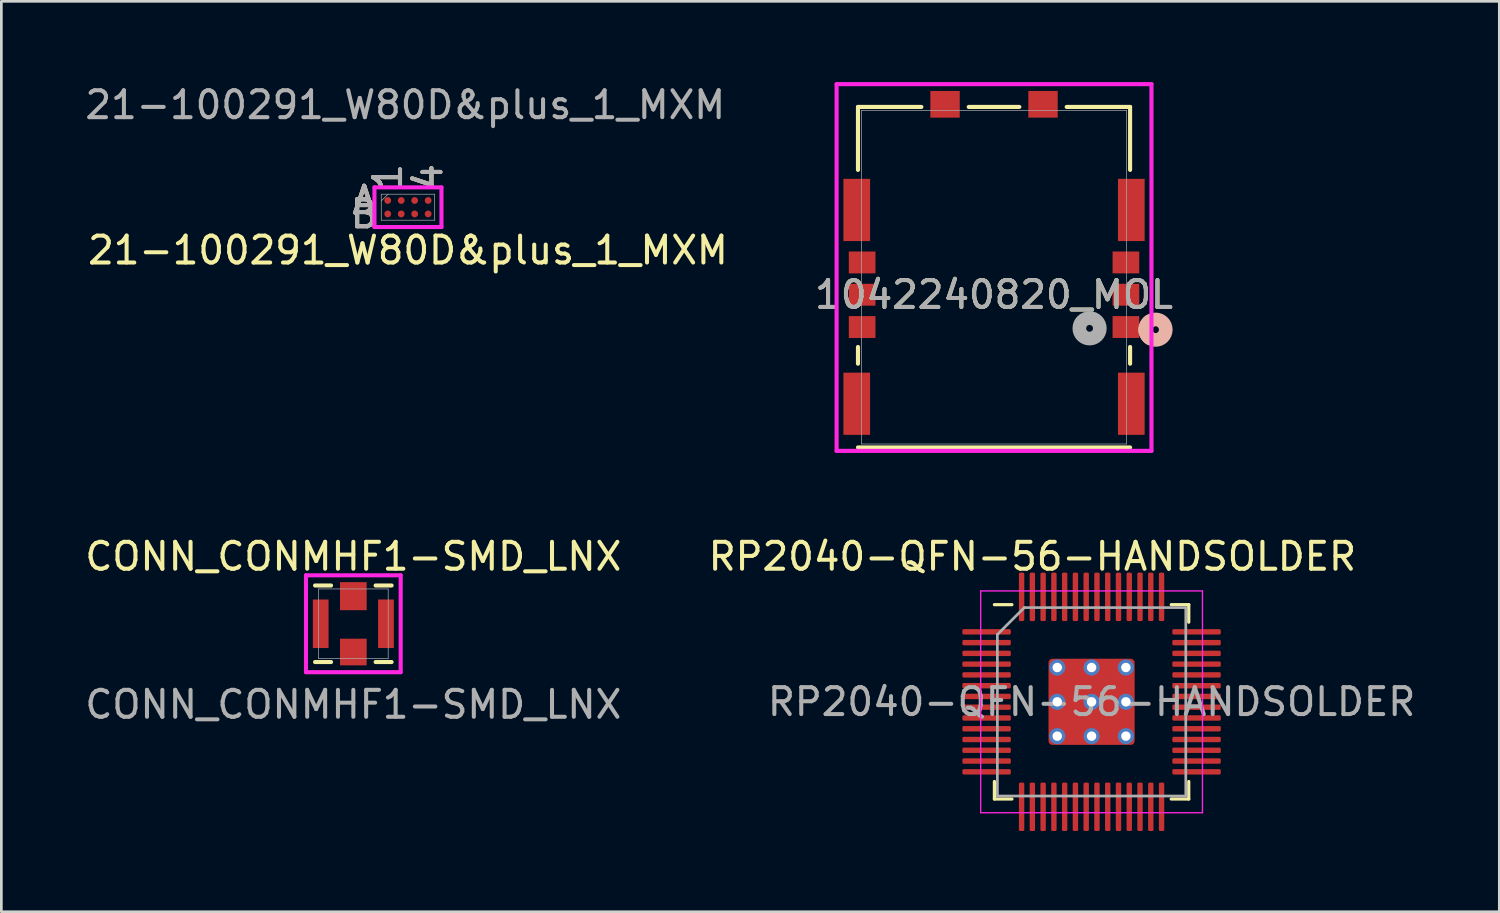
<source format=kicad_pcb>
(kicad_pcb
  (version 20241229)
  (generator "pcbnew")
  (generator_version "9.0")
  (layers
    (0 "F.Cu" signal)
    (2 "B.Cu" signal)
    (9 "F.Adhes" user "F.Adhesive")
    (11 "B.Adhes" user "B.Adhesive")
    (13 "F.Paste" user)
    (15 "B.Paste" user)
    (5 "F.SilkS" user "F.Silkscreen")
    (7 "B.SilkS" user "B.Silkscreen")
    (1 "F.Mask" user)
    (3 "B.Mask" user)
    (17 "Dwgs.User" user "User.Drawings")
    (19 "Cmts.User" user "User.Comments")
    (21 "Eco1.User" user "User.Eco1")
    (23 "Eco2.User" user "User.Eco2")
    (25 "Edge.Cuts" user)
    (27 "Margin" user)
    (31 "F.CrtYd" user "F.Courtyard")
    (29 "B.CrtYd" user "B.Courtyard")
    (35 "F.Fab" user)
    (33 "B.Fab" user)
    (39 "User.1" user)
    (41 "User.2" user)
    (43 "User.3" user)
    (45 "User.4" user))
  (footprint "CONN_CONMHF1-SMD_LNX"
    (layer "F.Cu")
    (at 10.077 20.124)
    (property "Reference" "CONN_CONMHF1-SMD_LNX" (at 0 -2.5 0) (unlocked yes) (layer "F.SilkS") (effects (font (size 1 1) (thickness 0.15))))
    (attr smd)
    (fp_line (start -1.422 1.422) (end -0.828 1.422) (stroke (width 0.152) (type solid)) (layer "F.SilkS"))
    (fp_line (start -0.828 -1.422) (end -1.422 -1.422) (stroke (width 0.152) (type solid)) (layer "F.SilkS"))
    (fp_line (start 0.828 1.422) (end 1.422 1.422) (stroke (width 0.152) (type solid)) (layer "F.SilkS"))
    (fp_line (start 1.422 -1.422) (end 0.828 -1.422) (stroke (width 0.152) (type solid)) (layer "F.SilkS"))
    (fp_line (start -1.759 -1.8) (end -1.759 1.799) (stroke (width 0.152) (type solid)) (layer "F.CrtYd"))
    (fp_line (start -1.759 1.799) (end 1.759 1.799) (stroke (width 0.152) (type solid)) (layer "F.CrtYd"))
    (fp_line (start 1.759 -1.8) (end -1.759 -1.8) (stroke (width 0.152) (type solid)) (layer "F.CrtYd"))
    (fp_line (start 1.759 1.799) (end 1.759 -1.8) (stroke (width 0.152) (type solid)) (layer "F.CrtYd"))
    (fp_line (start -1.295 -1.295) (end -1.295 1.295) (stroke (width 0.025) (type solid)) (layer "F.Fab"))
    (fp_line (start -1.295 1.295) (end 1.295 1.295) (stroke (width 0.025) (type solid)) (layer "F.Fab"))
    (fp_line (start 1.295 -1.295) (end -1.295 -1.295) (stroke (width 0.025) (type solid)) (layer "F.Fab"))
    (fp_line (start 1.295 1.295) (end 1.295 -1.295) (stroke (width 0.025) (type solid)) (layer "F.Fab"))
    (fp_text user "${REFERENCE}" (at 0 3 0) (unlocked yes) (layer "F.Fab") (effects (font (size 1 1) (thickness 0.15))))
    (pad "1" smd rect (at 0 -1.025) (size 0.991 1.041) (layers "F.Cu" "F.Mask" "F.Paste"))
    (pad "2" smd rect (at -1.212 0) (size 0.584 1.803) (layers "F.Cu" "F.Mask" "F.Paste"))
    (pad "2" smd rect (at 0 1.05) (size 0.991 0.991) (layers "F.Cu" "F.Mask" "F.Paste"))
    (pad "2" smd rect (at 1.212 0) (size 0.584 1.803) (layers "F.Cu" "F.Mask" "F.Paste")))
  (footprint "RP2040-QFN-56-HANDSOLDER"
    (layer "F.Cu")
    (at 37.504 23.024)
    (property "Reference" "RP2040-QFN-56-HANDSOLDER" (at -2.2 -5.4 0) (layer "F.SilkS") (effects (font (size 1 1) (thickness 0.15))))
    (attr smd)
    (fp_line (start -3.61 3.61) (end -3.61 2.96) (stroke (width 0.12) (type solid)) (layer "F.SilkS"))
    (fp_line (start -2.96 -3.61) (end -3.61 -3.61) (stroke (width 0.12) (type solid)) (layer "F.SilkS"))
    (fp_line (start -2.96 3.61) (end -3.61 3.61) (stroke (width 0.12) (type solid)) (layer "F.SilkS"))
    (fp_line (start 2.96 -3.61) (end 3.61 -3.61) (stroke (width 0.12) (type solid)) (layer "F.SilkS"))
    (fp_line (start 2.96 3.61) (end 3.61 3.61) (stroke (width 0.12) (type solid)) (layer "F.SilkS"))
    (fp_line (start 3.61 -3.61) (end 3.61 -2.96) (stroke (width 0.12) (type solid)) (layer "F.SilkS"))
    (fp_line (start 3.61 3.61) (end 3.61 2.96) (stroke (width 0.12) (type solid)) (layer "F.SilkS"))
    (fp_line (start -4.12 -4.12) (end -4.12 4.12) (stroke (width 0.05) (type solid)) (layer "F.CrtYd"))
    (fp_line (start -4.12 4.12) (end 4.12 4.12) (stroke (width 0.05) (type solid)) (layer "F.CrtYd"))
    (fp_line (start 4.12 -4.12) (end -4.12 -4.12) (stroke (width 0.05) (type solid)) (layer "F.CrtYd"))
    (fp_line (start 4.12 4.12) (end 4.12 -4.12) (stroke (width 0.05) (type solid)) (layer "F.CrtYd"))
    (fp_line (start -3.5 -2.5) (end -2.5 -3.5) (stroke (width 0.1) (type solid)) (layer "F.Fab"))
    (fp_line (start -3.5 3.5) (end -3.5 -2.5) (stroke (width 0.1) (type solid)) (layer "F.Fab"))
    (fp_line (start -2.5 -3.5) (end 3.5 -3.5) (stroke (width 0.1) (type solid)) (layer "F.Fab"))
    (fp_line (start 3.5 -3.5) (end 3.5 3.5) (stroke (width 0.1) (type solid)) (layer "F.Fab"))
    (fp_line (start 3.5 3.5) (end -3.5 3.5) (stroke (width 0.1) (type solid)) (layer "F.Fab"))
    (fp_text user "${REFERENCE}" (at 0 0 0) (layer "F.Fab") (effects (font (size 1 1) (thickness 0.15))))
    (pad "" smd roundrect (at -0.637 -0.637) (size 1.084 1.084) (layers "F.Paste") (roundrect_rratio 0.231))
    (pad "" smd roundrect (at -0.637 0.637) (size 1.084 1.084) (layers "F.Paste") (roundrect_rratio 0.231))
    (pad "" smd roundrect (at 0.637 -0.637) (size 1.084 1.084) (layers "F.Paste") (roundrect_rratio 0.231))
    (pad "" smd roundrect (at 0.637 0.637) (size 1.084 1.084) (layers "F.Paste") (roundrect_rratio 0.231))
    (pad "1" smd roundrect (at -3.9 -2.6) (size 1.8 0.2) (layers "F.Cu" "F.Mask" "F.Paste") (roundrect_rratio 0.25))
    (pad "2" smd roundrect (at -3.9 -2.2) (size 1.8 0.2) (layers "F.Cu" "F.Mask" "F.Paste") (roundrect_rratio 0.25))
    (pad "3" smd roundrect (at -3.9 -1.8) (size 1.8 0.2) (layers "F.Cu" "F.Mask" "F.Paste") (roundrect_rratio 0.25))
    (pad "4" smd roundrect (at -3.9 -1.4) (size 1.8 0.2) (layers "F.Cu" "F.Mask" "F.Paste") (roundrect_rratio 0.25))
    (pad "5" smd roundrect (at -3.9 -1) (size 1.8 0.2) (layers "F.Cu" "F.Mask" "F.Paste") (roundrect_rratio 0.25))
    (pad "6" smd roundrect (at -3.9 -0.6) (size 1.8 0.2) (layers "F.Cu" "F.Mask" "F.Paste") (roundrect_rratio 0.25))
    (pad "7" smd roundrect (at -3.9 -0.2) (size 1.8 0.2) (layers "F.Cu" "F.Mask" "F.Paste") (roundrect_rratio 0.25))
    (pad "8" smd roundrect (at -3.9 0.2) (size 1.8 0.2) (layers "F.Cu" "F.Mask" "F.Paste") (roundrect_rratio 0.25))
    (pad "9" smd roundrect (at -3.9 0.6) (size 1.8 0.2) (layers "F.Cu" "F.Mask" "F.Paste") (roundrect_rratio 0.25))
    (pad "10" smd roundrect (at -3.9 1) (size 1.8 0.2) (layers "F.Cu" "F.Mask" "F.Paste") (roundrect_rratio 0.25))
    (pad "11" smd roundrect (at -3.9 1.4) (size 1.8 0.2) (layers "F.Cu" "F.Mask" "F.Paste") (roundrect_rratio 0.25))
    (pad "12" smd roundrect (at -3.9 1.8) (size 1.8 0.2) (layers "F.Cu" "F.Mask" "F.Paste") (roundrect_rratio 0.25))
    (pad "13" smd roundrect (at -3.9 2.2) (size 1.8 0.2) (layers "F.Cu" "F.Mask" "F.Paste") (roundrect_rratio 0.25))
    (pad "14" smd roundrect (at -3.9 2.6) (size 1.8 0.2) (layers "F.Cu" "F.Mask" "F.Paste") (roundrect_rratio 0.25))
    (pad "15" smd roundrect (at -2.6 3.9) (size 0.2 1.8) (layers "F.Cu" "F.Mask" "F.Paste") (roundrect_rratio 0.25))
    (pad "16" smd roundrect (at -2.2 3.9) (size 0.2 1.8) (layers "F.Cu" "F.Mask" "F.Paste") (roundrect_rratio 0.25))
    (pad "17" smd roundrect (at -1.8 3.9) (size 0.2 1.8) (layers "F.Cu" "F.Mask" "F.Paste") (roundrect_rratio 0.25))
    (pad "18" smd roundrect (at -1.4 3.9) (size 0.2 1.8) (layers "F.Cu" "F.Mask" "F.Paste") (roundrect_rratio 0.25))
    (pad "19" smd roundrect (at -1 3.9) (size 0.2 1.8) (layers "F.Cu" "F.Mask" "F.Paste") (roundrect_rratio 0.25))
    (pad "20" smd roundrect (at -0.6 3.9) (size 0.2 1.8) (layers "F.Cu" "F.Mask" "F.Paste") (roundrect_rratio 0.25))
    (pad "21" smd roundrect (at -0.2 3.9) (size 0.2 1.8) (layers "F.Cu" "F.Mask" "F.Paste") (roundrect_rratio 0.25))
    (pad "22" smd roundrect (at 0.2 3.9) (size 0.2 1.8) (layers "F.Cu" "F.Mask" "F.Paste") (roundrect_rratio 0.25))
    (pad "23" smd roundrect (at 0.6 3.9) (size 0.2 1.8) (layers "F.Cu" "F.Mask" "F.Paste") (roundrect_rratio 0.25))
    (pad "24" smd roundrect (at 1 3.9) (size 0.2 1.8) (layers "F.Cu" "F.Mask" "F.Paste") (roundrect_rratio 0.25))
    (pad "25" smd roundrect (at 1.4 3.9) (size 0.2 1.8) (layers "F.Cu" "F.Mask" "F.Paste") (roundrect_rratio 0.25))
    (pad "26" smd roundrect (at 1.8 3.9) (size 0.2 1.8) (layers "F.Cu" "F.Mask" "F.Paste") (roundrect_rratio 0.25))
    (pad "27" smd roundrect (at 2.2 3.9) (size 0.2 1.8) (layers "F.Cu" "F.Mask" "F.Paste") (roundrect_rratio 0.25))
    (pad "28" smd roundrect (at 2.6 3.9) (size 0.2 1.8) (layers "F.Cu" "F.Mask" "F.Paste") (roundrect_rratio 0.25))
    (pad "29" smd roundrect (at 3.9 2.6) (size 1.8 0.2) (layers "F.Cu" "F.Mask" "F.Paste") (roundrect_rratio 0.25))
    (pad "30" smd roundrect (at 3.9 2.2) (size 1.8 0.2) (layers "F.Cu" "F.Mask" "F.Paste") (roundrect_rratio 0.25))
    (pad "31" smd roundrect (at 3.9 1.8) (size 1.8 0.2) (layers "F.Cu" "F.Mask" "F.Paste") (roundrect_rratio 0.25))
    (pad "32" smd roundrect (at 3.9 1.4) (size 1.8 0.2) (layers "F.Cu" "F.Mask" "F.Paste") (roundrect_rratio 0.25))
    (pad "33" smd roundrect (at 3.9 1) (size 1.8 0.2) (layers "F.Cu" "F.Mask" "F.Paste") (roundrect_rratio 0.25))
    (pad "34" smd roundrect (at 3.9 0.6) (size 1.8 0.2) (layers "F.Cu" "F.Mask" "F.Paste") (roundrect_rratio 0.25))
    (pad "35" smd roundrect (at 3.9 0.2) (size 1.8 0.2) (layers "F.Cu" "F.Mask" "F.Paste") (roundrect_rratio 0.25))
    (pad "36" smd roundrect (at 3.9 -0.2) (size 1.8 0.2) (layers "F.Cu" "F.Mask" "F.Paste") (roundrect_rratio 0.25))
    (pad "37" smd roundrect (at 3.9 -0.6) (size 1.8 0.2) (layers "F.Cu" "F.Mask" "F.Paste") (roundrect_rratio 0.25))
    (pad "38" smd roundrect (at 3.9 -1) (size 1.8 0.2) (layers "F.Cu" "F.Mask" "F.Paste") (roundrect_rratio 0.25))
    (pad "39" smd roundrect (at 3.9 -1.4) (size 1.8 0.2) (layers "F.Cu" "F.Mask" "F.Paste") (roundrect_rratio 0.25))
    (pad "40" smd roundrect (at 3.9 -1.8) (size 1.8 0.2) (layers "F.Cu" "F.Mask" "F.Paste") (roundrect_rratio 0.25))
    (pad "41" smd roundrect (at 3.9 -2.2) (size 1.8 0.2) (layers "F.Cu" "F.Mask" "F.Paste") (roundrect_rratio 0.25))
    (pad "42" smd roundrect (at 3.9 -2.6) (size 1.8 0.2) (layers "F.Cu" "F.Mask" "F.Paste") (roundrect_rratio 0.25))
    (pad "43" smd roundrect (at 2.6 -3.9) (size 0.2 1.8) (layers "F.Cu" "F.Mask" "F.Paste") (roundrect_rratio 0.25))
    (pad "44" smd roundrect (at 2.2 -3.9) (size 0.2 1.8) (layers "F.Cu" "F.Mask" "F.Paste") (roundrect_rratio 0.25))
    (pad "45" smd roundrect (at 1.8 -3.9) (size 0.2 1.8) (layers "F.Cu" "F.Mask" "F.Paste") (roundrect_rratio 0.25))
    (pad "46" smd roundrect (at 1.4 -3.9) (size 0.2 1.8) (layers "F.Cu" "F.Mask" "F.Paste") (roundrect_rratio 0.25))
    (pad "47" smd roundrect (at 1 -3.9) (size 0.2 1.8) (layers "F.Cu" "F.Mask" "F.Paste") (roundrect_rratio 0.25))
    (pad "48" smd roundrect (at 0.6 -3.9) (size 0.2 1.8) (layers "F.Cu" "F.Mask" "F.Paste") (roundrect_rratio 0.25))
    (pad "49" smd roundrect (at 0.2 -3.9) (size 0.2 1.8) (layers "F.Cu" "F.Mask" "F.Paste") (roundrect_rratio 0.25))
    (pad "50" smd roundrect (at -0.2 -3.9) (size 0.2 1.8) (layers "F.Cu" "F.Mask" "F.Paste") (roundrect_rratio 0.25))
    (pad "51" smd roundrect (at -0.6 -3.9) (size 0.2 1.8) (layers "F.Cu" "F.Mask" "F.Paste") (roundrect_rratio 0.25))
    (pad "52" smd roundrect (at -1 -3.9) (size 0.2 1.8) (layers "F.Cu" "F.Mask" "F.Paste") (roundrect_rratio 0.25))
    (pad "53" smd roundrect (at -1.4 -3.9) (size 0.2 1.8) (layers "F.Cu" "F.Mask" "F.Paste") (roundrect_rratio 0.25))
    (pad "54" smd roundrect (at -1.8 -3.9) (size 0.2 1.8) (layers "F.Cu" "F.Mask" "F.Paste") (roundrect_rratio 0.25))
    (pad "55" smd roundrect (at -2.2 -3.9) (size 0.2 1.8) (layers "F.Cu" "F.Mask" "F.Paste") (roundrect_rratio 0.25))
    (pad "56" smd roundrect (at -2.6 -3.9) (size 0.2 1.8) (layers "F.Cu" "F.Mask" "F.Paste") (roundrect_rratio 0.25))
    (pad "57" thru_hole circle (at -1.275 -1.275) (size 0.6 0.6) (drill 0.35) (layers "*.Cu"))
    (pad "57" thru_hole circle (at -1.275 0) (size 0.6 0.6) (drill 0.35) (layers "*.Cu"))
    (pad "57" thru_hole circle (at -1.275 1.275) (size 0.6 0.6) (drill 0.35) (layers "*.Cu"))
    (pad "57" thru_hole circle (at 0 -1.275) (size 0.6 0.6) (drill 0.35) (layers "*.Cu"))
    (pad "57" thru_hole circle (at 0 0) (size 0.6 0.6) (drill 0.35) (layers "*.Cu"))
    (pad "57" smd roundrect (at 0 0) (size 3.2 3.2) (layers "F.Cu" "F.Mask") (roundrect_rratio 0.045))
    (pad "57" thru_hole circle (at 0 1.275) (size 0.6 0.6) (drill 0.35) (layers "*.Cu"))
    (pad "57" thru_hole circle (at 1.275 -1.275) (size 0.6 0.6) (drill 0.35) (layers "*.Cu"))
    (pad "57" thru_hole circle (at 1.275 0) (size 0.6 0.6) (drill 0.35) (layers "*.Cu"))
    (pad "57" thru_hole circle (at 1.275 1.275) (size 0.6 0.6) (drill 0.35) (layers "*.Cu")))
  (footprint "21-100291_W80D&plus_1_MXM"
    (layer "F.Cu")
    (at 12.106 4.648)
    (property "Reference" "21-100291_W80D&plus_1_MXM" (at 0 1.6 0) (unlocked yes) (layer "F.SilkS") (effects (font (size 1 1) (thickness 0.15))))
    (attr smd)
    (fp_poly (pts (xy -1.444 -0.945) (xy 1.444 -0.945) (xy 1.444 0.945) (xy -1.444 0.945)) (stroke (width 0.1) (type solid)) (fill no) (layer "Eco2.User"))
    (fp_line (start -1.245 -0.737) (end 1.245 -0.737) (stroke (width 0.152) (type solid)) (layer "F.CrtYd"))
    (fp_line (start -1.245 0.737) (end -1.245 -0.737) (stroke (width 0.152) (type solid)) (layer "F.CrtYd"))
    (fp_line (start 1.245 -0.737) (end 1.245 0.737) (stroke (width 0.152) (type solid)) (layer "F.CrtYd"))
    (fp_line (start 1.245 0.737) (end -1.245 0.737) (stroke (width 0.152) (type solid)) (layer "F.CrtYd"))
    (fp_line (start -0.991 -0.483) (end -0.991 0.483) (stroke (width 0.025) (type solid)) (layer "F.Fab"))
    (fp_line (start -0.991 0.483) (end 0.991 0.483) (stroke (width 0.025) (type solid)) (layer "F.Fab"))
    (fp_line (start -0.741 -0.483) (end -0.991 -0.233) (stroke (width 0.025) (type solid)) (layer "F.Fab"))
    (fp_line (start 0.991 -0.483) (end -0.991 -0.483) (stroke (width 0.025) (type solid)) (layer "F.Fab"))
    (fp_line (start 0.991 0.483) (end 0.991 -0.483) (stroke (width 0.025) (type solid)) (layer "F.Fab"))
    (fp_text user "A" (at -1.626 -0.25 0) (unlocked yes) (layer "F.SilkS") (effects (font (size 1 1) (thickness 0.15))))
    (fp_text user "B" (at -1.626 0.25 0) (unlocked yes) (layer "F.SilkS") (effects (font (size 1 1) (thickness 0.15))))
    (fp_text user "1" (at -0.75 -1.118 90) (unlocked yes) (layer "F.SilkS") (effects (font (size 1 1) (thickness 0.15))))
    (fp_text user "4" (at 0.75 -1.118 90) (unlocked yes) (layer "F.SilkS") (effects (font (size 1 1) (thickness 0.15))))
    (fp_text user "B" (at -1.626 0.25 0) (unlocked yes) (layer "B.SilkS") (effects (font (size 1 1) (thickness 0.15))))
    (fp_text user "4" (at 0.75 -1.118 90) (unlocked yes) (layer "B.SilkS") (effects (font (size 1 1) (thickness 0.15))))
    (fp_text user "1" (at -0.75 -1.118 90) (unlocked yes) (layer "B.SilkS") (effects (font (size 1 1) (thickness 0.15))))
    (fp_text user "A" (at -1.626 -0.25 0) (unlocked yes) (layer "B.SilkS") (effects (font (size 1 1) (thickness 0.15))))
    (fp_text user "4" (at 0.75 -1.118 90) (unlocked yes) (layer "F.Fab") (effects (font (size 1 1) (thickness 0.15))))
    (fp_text user "1" (at -0.75 -1.118 90) (unlocked yes) (layer "F.Fab") (effects (font (size 1 1) (thickness 0.15))))
    (fp_text user "${REFERENCE}" (at -0.1 -3.8 0) (unlocked yes) (layer "F.Fab") (effects (font (size 1 1) (thickness 0.15))))
    (fp_text user "A" (at -1.626 -0.25 0) (unlocked yes) (layer "F.Fab") (effects (font (size 1 1) (thickness 0.15))))
    (fp_text user "B" (at -1.626 0.25 0) (unlocked yes) (layer "F.Fab") (effects (font (size 1 1) (thickness 0.15))))
    (pad "A1" smd circle (at -0.75 -0.25) (size 0.254 0.254) (layers "F.Cu" "F.Mask" "F.Paste"))
    (pad "A2" smd circle (at -0.25 -0.25) (size 0.254 0.254) (layers "F.Cu" "F.Mask" "F.Paste"))
    (pad "A3" smd circle (at 0.25 -0.25) (size 0.254 0.254) (layers "F.Cu" "F.Mask" "F.Paste"))
    (pad "A4" smd circle (at 0.75 -0.25) (size 0.254 0.254) (layers "F.Cu" "F.Mask" "F.Paste"))
    (pad "B1" smd circle (at -0.75 0.25) (size 0.254 0.254) (layers "F.Cu" "F.Mask" "F.Paste"))
    (pad "B2" smd circle (at -0.25 0.25) (size 0.254 0.254) (layers "F.Cu" "F.Mask" "F.Paste"))
    (pad "B3" smd circle (at 0.25 0.25) (size 0.254 0.254) (layers "F.Cu" "F.Mask" "F.Paste"))
    (pad "B4" smd circle (at 0.75 0.25) (size 0.254 0.254) (layers "F.Cu" "F.Mask" "F.Paste")))
  (footprint "1042240820_MOL"
    (layer "F.Cu")
    (at 33.88 7.248)
    (property "Reference" "1042240820_MOL" (at 0 0.652 0) (unlocked yes) (layer "F.SilkS") (effects (font (size 1 1) (thickness 0.15))))
    (attr smd)
    (fp_line (start -5.055 -6.325) (end -5.055 -3.986) (stroke (width 0.152) (type solid)) (layer "F.SilkS"))
    (fp_line (start -5.055 2.592) (end -5.055 3.214) (stroke (width 0.152) (type solid)) (layer "F.SilkS"))
    (fp_line (start -5.055 6.325) (end 5.055 6.325) (stroke (width 0.152) (type solid)) (layer "F.SilkS"))
    (fp_line (start -2.699 -6.325) (end -5.055 -6.325) (stroke (width 0.152) (type solid)) (layer "F.SilkS"))
    (fp_line (start 0.941 -6.325) (end -0.941 -6.325) (stroke (width 0.152) (type solid)) (layer "F.SilkS"))
    (fp_line (start 5.055 -6.325) (end 2.699 -6.325) (stroke (width 0.152) (type solid)) (layer "F.SilkS"))
    (fp_line (start 5.055 -3.986) (end 5.055 -6.325) (stroke (width 0.152) (type solid)) (layer "F.SilkS"))
    (fp_line (start 5.055 3.214) (end 5.055 2.592) (stroke (width 0.152) (type solid)) (layer "F.SilkS"))
    (fp_arc (start 5.78376 2.26369) (mid 5.619 1.950001) (end 5.783759 1.636311) (stroke (width 0.508) (type solid)) (layer "F.SilkS"))
    (fp_circle (center 6 1.95) (end 6.381 1.95) (stroke (width 0.508) (type solid)) (fill no) (layer "B.SilkS"))
    (fp_line (start -5.849 -7.172) (end -5.849 6.452) (stroke (width 0.152) (type solid)) (layer "F.CrtYd"))
    (fp_line (start -5.849 6.452) (end 5.849 6.452) (stroke (width 0.152) (type solid)) (layer "F.CrtYd"))
    (fp_line (start 5.849 -7.172) (end -5.849 -7.172) (stroke (width 0.152) (type solid)) (layer "F.CrtYd"))
    (fp_line (start 5.849 6.452) (end 5.849 -7.172) (stroke (width 0.152) (type solid)) (layer "F.CrtYd"))
    (fp_line (start -4.928 -6.198) (end -4.928 6.198) (stroke (width 0.025) (type solid)) (layer "F.Fab"))
    (fp_line (start -4.928 6.198) (end 4.928 6.198) (stroke (width 0.025) (type solid)) (layer "F.Fab"))
    (fp_line (start 4.928 -6.198) (end -4.928 -6.198) (stroke (width 0.025) (type solid)) (layer "F.Fab"))
    (fp_line (start 4.928 6.198) (end 4.928 -6.198) (stroke (width 0.025) (type solid)) (layer "F.Fab"))
    (fp_circle (center 3.55 1.9) (end 3.931 1.9) (stroke (width 0.508) (type solid)) (fill no) (layer "F.Fab"))
    (fp_text user "${REFERENCE}" (at 0 0.652 0) (unlocked yes) (layer "F.Fab") (effects (font (size 1 1) (thickness 0.15))))
    (pad "11" smd rect (at -1.82 -6.423) (size 1.092 0.991) (layers "F.Cu" "F.Mask" "F.Paste"))
    (pad "12" smd rect (at 1.82 -6.423) (size 1.092 0.991) (layers "F.Cu" "F.Mask" "F.Paste"))
    (pad "G1" smd rect (at -5.1 4.702) (size 0.991 2.311) (layers "F.Cu" "F.Mask" "F.Paste"))
    (pad "G2" smd rect (at -5.1 -2.498) (size 0.991 2.311) (layers "F.Cu" "F.Mask" "F.Paste"))
    (pad "G3" smd rect (at 5.1 -2.498) (size 0.991 2.311) (layers "F.Cu" "F.Mask" "F.Paste"))
    (pad "G4" smd rect (at 5.1 4.702) (size 0.991 2.311) (layers "F.Cu" "F.Mask" "F.Paste"))
    (pad "S1" smd rect (at 4.9 1.852) (size 0.991 0.813) (layers "F.Cu" "F.Mask" "F.Paste"))
    (pad "S2" smd rect (at 4.9 0.652) (size 0.991 0.813) (layers "F.Cu" "F.Mask" "F.Paste"))
    (pad "S3" smd rect (at -4.9 1.852) (size 0.991 0.813) (layers "F.Cu" "F.Mask" "F.Paste"))
    (pad "S4" smd rect (at 4.9 -0.548) (size 0.991 0.813) (layers "F.Cu" "F.Mask" "F.Paste"))
    (pad "S5" smd rect (at -4.9 0.652) (size 0.991 0.813) (layers "F.Cu" "F.Mask" "F.Paste"))
    (pad "S6" smd rect (at -4.9 -0.548) (size 0.991 0.813) (layers "F.Cu" "F.Mask" "F.Paste")))
  (gr_rect
    (start -3 -3)
    (end 52.652 30.824)
    (stroke (width 0.1) (type default))
    (fill no)
    (layer "Edge.Cuts")))
</source>
